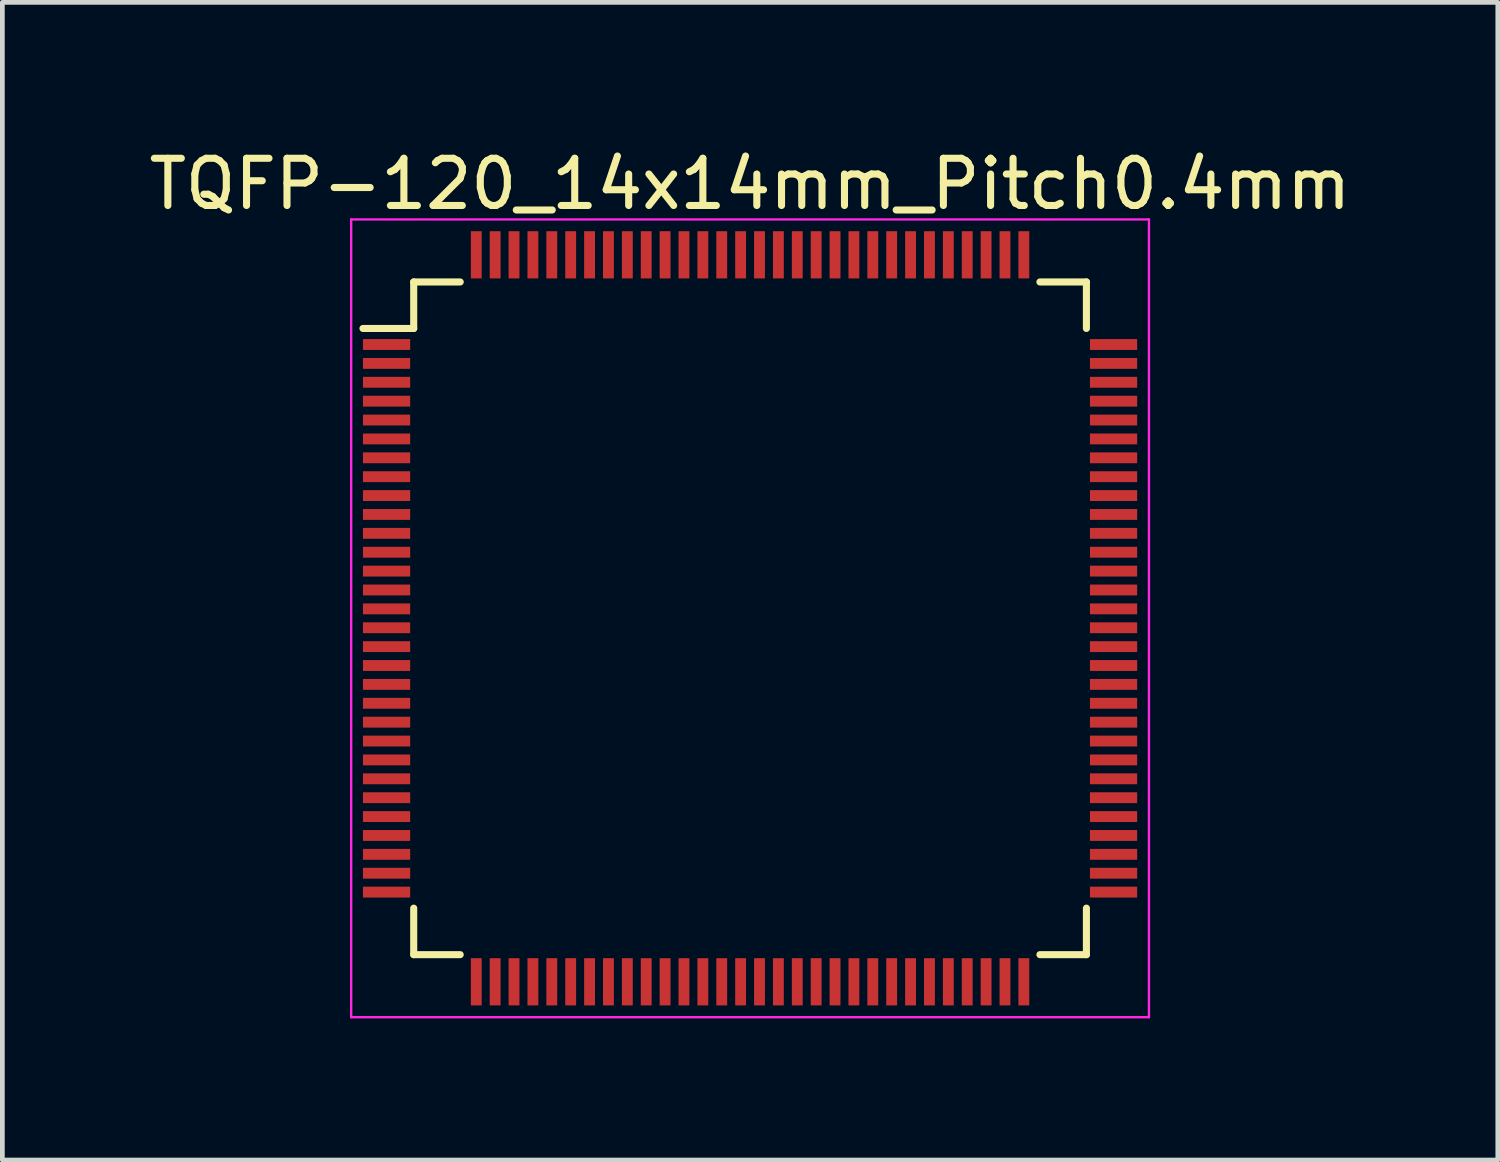
<source format=kicad_pcb>
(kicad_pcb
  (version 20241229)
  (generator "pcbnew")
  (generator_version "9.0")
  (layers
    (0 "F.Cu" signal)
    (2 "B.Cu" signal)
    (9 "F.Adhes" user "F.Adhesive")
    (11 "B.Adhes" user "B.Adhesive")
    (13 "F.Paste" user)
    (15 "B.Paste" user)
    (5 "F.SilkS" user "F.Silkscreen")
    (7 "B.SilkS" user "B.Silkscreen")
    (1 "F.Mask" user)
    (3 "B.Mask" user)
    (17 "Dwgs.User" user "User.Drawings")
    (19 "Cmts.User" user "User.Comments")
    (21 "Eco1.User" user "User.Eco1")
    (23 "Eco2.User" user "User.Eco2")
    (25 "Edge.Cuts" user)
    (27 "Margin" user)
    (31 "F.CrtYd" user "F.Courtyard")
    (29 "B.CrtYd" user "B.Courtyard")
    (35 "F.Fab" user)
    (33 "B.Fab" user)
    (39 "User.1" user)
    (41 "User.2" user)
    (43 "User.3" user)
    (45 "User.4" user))
  (footprint "TQFP-120_14x14mm_Pitch0.4mm"
    (layer "F.Cu")
    (at 12.839 10.048)
    (property "Reference" "TQFP-120_14x14mm_Pitch0.4mm" (at 0 -9.2 0) (layer "F.SilkS") (effects (font (size 1 1) (thickness 0.15))))
    (attr smd)
    (fp_line (start -7.125 -7.125) (end -7.125 -6.14) (stroke (width 0.15) (type solid)) (layer "F.SilkS"))
    (fp_line (start -7.125 -7.125) (end -6.14 -7.125) (stroke (width 0.15) (type solid)) (layer "F.SilkS"))
    (fp_line (start -7.125 -6.14) (end -8.2 -6.14) (stroke (width 0.15) (type solid)) (layer "F.SilkS"))
    (fp_line (start -7.125 7.125) (end -7.125 6.14) (stroke (width 0.15) (type solid)) (layer "F.SilkS"))
    (fp_line (start -7.125 7.125) (end -6.14 7.125) (stroke (width 0.15) (type solid)) (layer "F.SilkS"))
    (fp_line (start 7.125 -7.125) (end 6.14 -7.125) (stroke (width 0.15) (type solid)) (layer "F.SilkS"))
    (fp_line (start 7.125 -7.125) (end 7.125 -6.14) (stroke (width 0.15) (type solid)) (layer "F.SilkS"))
    (fp_line (start 7.125 7.125) (end 6.14 7.125) (stroke (width 0.15) (type solid)) (layer "F.SilkS"))
    (fp_line (start 7.125 7.125) (end 7.125 6.14) (stroke (width 0.15) (type solid)) (layer "F.SilkS"))
    (fp_line (start -8.45 -8.45) (end -8.45 8.45) (stroke (width 0.05) (type solid)) (layer "F.CrtYd"))
    (fp_line (start -8.45 -8.45) (end 8.45 -8.45) (stroke (width 0.05) (type solid)) (layer "F.CrtYd"))
    (fp_line (start -8.45 8.45) (end 8.45 8.45) (stroke (width 0.05) (type solid)) (layer "F.CrtYd"))
    (fp_line (start 8.45 -8.45) (end 8.45 8.45) (stroke (width 0.05) (type solid)) (layer "F.CrtYd"))
    (pad "1" smd rect (at -7.7 -5.8) (size 1 0.23) (layers "F.Cu" "F.Mask" "F.Paste"))
    (pad "2" smd rect (at -7.7 -5.4) (size 1 0.23) (layers "F.Cu" "F.Mask" "F.Paste"))
    (pad "3" smd rect (at -7.7 -5) (size 1 0.23) (layers "F.Cu" "F.Mask" "F.Paste"))
    (pad "4" smd rect (at -7.7 -4.6) (size 1 0.23) (layers "F.Cu" "F.Mask" "F.Paste"))
    (pad "5" smd rect (at -7.7 -4.2) (size 1 0.23) (layers "F.Cu" "F.Mask" "F.Paste"))
    (pad "6" smd rect (at -7.7 -3.8) (size 1 0.23) (layers "F.Cu" "F.Mask" "F.Paste"))
    (pad "7" smd rect (at -7.7 -3.4) (size 1 0.23) (layers "F.Cu" "F.Mask" "F.Paste"))
    (pad "8" smd rect (at -7.7 -3) (size 1 0.23) (layers "F.Cu" "F.Mask" "F.Paste"))
    (pad "9" smd rect (at -7.7 -2.6) (size 1 0.23) (layers "F.Cu" "F.Mask" "F.Paste"))
    (pad "10" smd rect (at -7.7 -2.2) (size 1 0.23) (layers "F.Cu" "F.Mask" "F.Paste"))
    (pad "11" smd rect (at -7.7 -1.8) (size 1 0.23) (layers "F.Cu" "F.Mask" "F.Paste"))
    (pad "12" smd rect (at -7.7 -1.4) (size 1 0.23) (layers "F.Cu" "F.Mask" "F.Paste"))
    (pad "13" smd rect (at -7.7 -1) (size 1 0.23) (layers "F.Cu" "F.Mask" "F.Paste"))
    (pad "14" smd rect (at -7.7 -0.6) (size 1 0.23) (layers "F.Cu" "F.Mask" "F.Paste"))
    (pad "15" smd rect (at -7.7 -0.2) (size 1 0.23) (layers "F.Cu" "F.Mask" "F.Paste"))
    (pad "16" smd rect (at -7.7 0.2) (size 1 0.23) (layers "F.Cu" "F.Mask" "F.Paste"))
    (pad "17" smd rect (at -7.7 0.6) (size 1 0.23) (layers "F.Cu" "F.Mask" "F.Paste"))
    (pad "18" smd rect (at -7.7 1) (size 1 0.23) (layers "F.Cu" "F.Mask" "F.Paste"))
    (pad "19" smd rect (at -7.7 1.4) (size 1 0.23) (layers "F.Cu" "F.Mask" "F.Paste"))
    (pad "20" smd rect (at -7.7 1.8) (size 1 0.23) (layers "F.Cu" "F.Mask" "F.Paste"))
    (pad "21" smd rect (at -7.7 2.2) (size 1 0.23) (layers "F.Cu" "F.Mask" "F.Paste"))
    (pad "22" smd rect (at -7.7 2.6) (size 1 0.23) (layers "F.Cu" "F.Mask" "F.Paste"))
    (pad "23" smd rect (at -7.7 3) (size 1 0.23) (layers "F.Cu" "F.Mask" "F.Paste"))
    (pad "24" smd rect (at -7.7 3.4) (size 1 0.23) (layers "F.Cu" "F.Mask" "F.Paste"))
    (pad "25" smd rect (at -7.7 3.8) (size 1 0.23) (layers "F.Cu" "F.Mask" "F.Paste"))
    (pad "26" smd rect (at -7.7 4.2) (size 1 0.23) (layers "F.Cu" "F.Mask" "F.Paste"))
    (pad "27" smd rect (at -7.7 4.6) (size 1 0.23) (layers "F.Cu" "F.Mask" "F.Paste"))
    (pad "28" smd rect (at -7.7 5) (size 1 0.23) (layers "F.Cu" "F.Mask" "F.Paste"))
    (pad "29" smd rect (at -7.7 5.4) (size 1 0.23) (layers "F.Cu" "F.Mask" "F.Paste"))
    (pad "30" smd rect (at -7.7 5.8) (size 1 0.23) (layers "F.Cu" "F.Mask" "F.Paste"))
    (pad "31" smd rect (at -5.8 7.7 90) (size 1 0.23) (layers "F.Cu" "F.Mask" "F.Paste"))
    (pad "32" smd rect (at -5.4 7.7 90) (size 1 0.23) (layers "F.Cu" "F.Mask" "F.Paste"))
    (pad "33" smd rect (at -5 7.7 90) (size 1 0.23) (layers "F.Cu" "F.Mask" "F.Paste"))
    (pad "34" smd rect (at -4.6 7.7 90) (size 1 0.23) (layers "F.Cu" "F.Mask" "F.Paste"))
    (pad "35" smd rect (at -4.2 7.7 90) (size 1 0.23) (layers "F.Cu" "F.Mask" "F.Paste"))
    (pad "36" smd rect (at -3.8 7.7 90) (size 1 0.23) (layers "F.Cu" "F.Mask" "F.Paste"))
    (pad "37" smd rect (at -3.4 7.7 90) (size 1 0.23) (layers "F.Cu" "F.Mask" "F.Paste"))
    (pad "38" smd rect (at -3 7.7 90) (size 1 0.23) (layers "F.Cu" "F.Mask" "F.Paste"))
    (pad "39" smd rect (at -2.6 7.7 90) (size 1 0.23) (layers "F.Cu" "F.Mask" "F.Paste"))
    (pad "40" smd rect (at -2.2 7.7 90) (size 1 0.23) (layers "F.Cu" "F.Mask" "F.Paste"))
    (pad "41" smd rect (at -1.8 7.7 90) (size 1 0.23) (layers "F.Cu" "F.Mask" "F.Paste"))
    (pad "42" smd rect (at -1.4 7.7 90) (size 1 0.23) (layers "F.Cu" "F.Mask" "F.Paste"))
    (pad "43" smd rect (at -1 7.7 90) (size 1 0.23) (layers "F.Cu" "F.Mask" "F.Paste"))
    (pad "44" smd rect (at -0.6 7.7 90) (size 1 0.23) (layers "F.Cu" "F.Mask" "F.Paste"))
    (pad "45" smd rect (at -0.2 7.7 90) (size 1 0.23) (layers "F.Cu" "F.Mask" "F.Paste"))
    (pad "46" smd rect (at 0.2 7.7 90) (size 1 0.23) (layers "F.Cu" "F.Mask" "F.Paste"))
    (pad "47" smd rect (at 0.6 7.7 90) (size 1 0.23) (layers "F.Cu" "F.Mask" "F.Paste"))
    (pad "48" smd rect (at 1 7.7 90) (size 1 0.23) (layers "F.Cu" "F.Mask" "F.Paste"))
    (pad "49" smd rect (at 1.4 7.7 90) (size 1 0.23) (layers "F.Cu" "F.Mask" "F.Paste"))
    (pad "50" smd rect (at 1.8 7.7 90) (size 1 0.23) (layers "F.Cu" "F.Mask" "F.Paste"))
    (pad "51" smd rect (at 2.2 7.7 90) (size 1 0.23) (layers "F.Cu" "F.Mask" "F.Paste"))
    (pad "52" smd rect (at 2.6 7.7 90) (size 1 0.23) (layers "F.Cu" "F.Mask" "F.Paste"))
    (pad "53" smd rect (at 3 7.7 90) (size 1 0.23) (layers "F.Cu" "F.Mask" "F.Paste"))
    (pad "54" smd rect (at 3.4 7.7 90) (size 1 0.23) (layers "F.Cu" "F.Mask" "F.Paste"))
    (pad "55" smd rect (at 3.8 7.7 90) (size 1 0.23) (layers "F.Cu" "F.Mask" "F.Paste"))
    (pad "56" smd rect (at 4.2 7.7 90) (size 1 0.23) (layers "F.Cu" "F.Mask" "F.Paste"))
    (pad "57" smd rect (at 4.6 7.7 90) (size 1 0.23) (layers "F.Cu" "F.Mask" "F.Paste"))
    (pad "58" smd rect (at 5 7.7 90) (size 1 0.23) (layers "F.Cu" "F.Mask" "F.Paste"))
    (pad "59" smd rect (at 5.4 7.7 90) (size 1 0.23) (layers "F.Cu" "F.Mask" "F.Paste"))
    (pad "60" smd rect (at 5.8 7.7 90) (size 1 0.23) (layers "F.Cu" "F.Mask" "F.Paste"))
    (pad "61" smd rect (at 7.7 5.8) (size 1 0.23) (layers "F.Cu" "F.Mask" "F.Paste"))
    (pad "62" smd rect (at 7.7 5.4) (size 1 0.23) (layers "F.Cu" "F.Mask" "F.Paste"))
    (pad "63" smd rect (at 7.7 5) (size 1 0.23) (layers "F.Cu" "F.Mask" "F.Paste"))
    (pad "64" smd rect (at 7.7 4.6) (size 1 0.23) (layers "F.Cu" "F.Mask" "F.Paste"))
    (pad "65" smd rect (at 7.7 4.2) (size 1 0.23) (layers "F.Cu" "F.Mask" "F.Paste"))
    (pad "66" smd rect (at 7.7 3.8) (size 1 0.23) (layers "F.Cu" "F.Mask" "F.Paste"))
    (pad "67" smd rect (at 7.7 3.4) (size 1 0.23) (layers "F.Cu" "F.Mask" "F.Paste"))
    (pad "68" smd rect (at 7.7 3) (size 1 0.23) (layers "F.Cu" "F.Mask" "F.Paste"))
    (pad "69" smd rect (at 7.7 2.6) (size 1 0.23) (layers "F.Cu" "F.Mask" "F.Paste"))
    (pad "70" smd rect (at 7.7 2.2) (size 1 0.23) (layers "F.Cu" "F.Mask" "F.Paste"))
    (pad "71" smd rect (at 7.7 1.8) (size 1 0.23) (layers "F.Cu" "F.Mask" "F.Paste"))
    (pad "72" smd rect (at 7.7 1.4) (size 1 0.23) (layers "F.Cu" "F.Mask" "F.Paste"))
    (pad "73" smd rect (at 7.7 1) (size 1 0.23) (layers "F.Cu" "F.Mask" "F.Paste"))
    (pad "74" smd rect (at 7.7 0.6) (size 1 0.23) (layers "F.Cu" "F.Mask" "F.Paste"))
    (pad "75" smd rect (at 7.7 0.2) (size 1 0.23) (layers "F.Cu" "F.Mask" "F.Paste"))
    (pad "76" smd rect (at 7.7 -0.2) (size 1 0.23) (layers "F.Cu" "F.Mask" "F.Paste"))
    (pad "77" smd rect (at 7.7 -0.6) (size 1 0.23) (layers "F.Cu" "F.Mask" "F.Paste"))
    (pad "78" smd rect (at 7.7 -1) (size 1 0.23) (layers "F.Cu" "F.Mask" "F.Paste"))
    (pad "79" smd rect (at 7.7 -1.4) (size 1 0.23) (layers "F.Cu" "F.Mask" "F.Paste"))
    (pad "80" smd rect (at 7.7 -1.8) (size 1 0.23) (layers "F.Cu" "F.Mask" "F.Paste"))
    (pad "81" smd rect (at 7.7 -2.2) (size 1 0.23) (layers "F.Cu" "F.Mask" "F.Paste"))
    (pad "82" smd rect (at 7.7 -2.6) (size 1 0.23) (layers "F.Cu" "F.Mask" "F.Paste"))
    (pad "83" smd rect (at 7.7 -3) (size 1 0.23) (layers "F.Cu" "F.Mask" "F.Paste"))
    (pad "84" smd rect (at 7.7 -3.4) (size 1 0.23) (layers "F.Cu" "F.Mask" "F.Paste"))
    (pad "85" smd rect (at 7.7 -3.8) (size 1 0.23) (layers "F.Cu" "F.Mask" "F.Paste"))
    (pad "86" smd rect (at 7.7 -4.2) (size 1 0.23) (layers "F.Cu" "F.Mask" "F.Paste"))
    (pad "87" smd rect (at 7.7 -4.6) (size 1 0.23) (layers "F.Cu" "F.Mask" "F.Paste"))
    (pad "88" smd rect (at 7.7 -5) (size 1 0.23) (layers "F.Cu" "F.Mask" "F.Paste"))
    (pad "89" smd rect (at 7.7 -5.4) (size 1 0.23) (layers "F.Cu" "F.Mask" "F.Paste"))
    (pad "90" smd rect (at 7.7 -5.8) (size 1 0.23) (layers "F.Cu" "F.Mask" "F.Paste"))
    (pad "91" smd rect (at 5.8 -7.7 90) (size 1 0.23) (layers "F.Cu" "F.Mask" "F.Paste"))
    (pad "92" smd rect (at 5.4 -7.7 90) (size 1 0.23) (layers "F.Cu" "F.Mask" "F.Paste"))
    (pad "93" smd rect (at 5 -7.7 90) (size 1 0.23) (layers "F.Cu" "F.Mask" "F.Paste"))
    (pad "94" smd rect (at 4.6 -7.7 90) (size 1 0.23) (layers "F.Cu" "F.Mask" "F.Paste"))
    (pad "95" smd rect (at 4.2 -7.7 90) (size 1 0.23) (layers "F.Cu" "F.Mask" "F.Paste"))
    (pad "96" smd rect (at 3.8 -7.7 90) (size 1 0.23) (layers "F.Cu" "F.Mask" "F.Paste"))
    (pad "97" smd rect (at 3.4 -7.7 90) (size 1 0.23) (layers "F.Cu" "F.Mask" "F.Paste"))
    (pad "98" smd rect (at 3 -7.7 90) (size 1 0.23) (layers "F.Cu" "F.Mask" "F.Paste"))
    (pad "99" smd rect (at 2.6 -7.7 90) (size 1 0.23) (layers "F.Cu" "F.Mask" "F.Paste"))
    (pad "100" smd rect (at 2.2 -7.7 90) (size 1 0.23) (layers "F.Cu" "F.Mask" "F.Paste"))
    (pad "101" smd rect (at 1.8 -7.7 90) (size 1 0.23) (layers "F.Cu" "F.Mask" "F.Paste"))
    (pad "102" smd rect (at 1.4 -7.7 90) (size 1 0.23) (layers "F.Cu" "F.Mask" "F.Paste"))
    (pad "103" smd rect (at 1 -7.7 90) (size 1 0.23) (layers "F.Cu" "F.Mask" "F.Paste"))
    (pad "104" smd rect (at 0.6 -7.7 90) (size 1 0.23) (layers "F.Cu" "F.Mask" "F.Paste"))
    (pad "105" smd rect (at 0.2 -7.7 90) (size 1 0.23) (layers "F.Cu" "F.Mask" "F.Paste"))
    (pad "106" smd rect (at -0.2 -7.7 90) (size 1 0.23) (layers "F.Cu" "F.Mask" "F.Paste"))
    (pad "107" smd rect (at -0.6 -7.7 90) (size 1 0.23) (layers "F.Cu" "F.Mask" "F.Paste"))
    (pad "108" smd rect (at -1 -7.7 90) (size 1 0.23) (layers "F.Cu" "F.Mask" "F.Paste"))
    (pad "109" smd rect (at -1.4 -7.7 90) (size 1 0.23) (layers "F.Cu" "F.Mask" "F.Paste"))
    (pad "110" smd rect (at -1.8 -7.7 90) (size 1 0.23) (layers "F.Cu" "F.Mask" "F.Paste"))
    (pad "111" smd rect (at -2.2 -7.7 90) (size 1 0.23) (layers "F.Cu" "F.Mask" "F.Paste"))
    (pad "112" smd rect (at -2.6 -7.7 90) (size 1 0.23) (layers "F.Cu" "F.Mask" "F.Paste"))
    (pad "113" smd rect (at -3 -7.7 90) (size 1 0.23) (layers "F.Cu" "F.Mask" "F.Paste"))
    (pad "114" smd rect (at -3.4 -7.7 90) (size 1 0.23) (layers "F.Cu" "F.Mask" "F.Paste"))
    (pad "115" smd rect (at -3.8 -7.7 90) (size 1 0.23) (layers "F.Cu" "F.Mask" "F.Paste"))
    (pad "116" smd rect (at -4.2 -7.7 90) (size 1 0.23) (layers "F.Cu" "F.Mask" "F.Paste"))
    (pad "117" smd rect (at -4.6 -7.7 90) (size 1 0.23) (layers "F.Cu" "F.Mask" "F.Paste"))
    (pad "118" smd rect (at -5 -7.7 90) (size 1 0.23) (layers "F.Cu" "F.Mask" "F.Paste"))
    (pad "119" smd rect (at -5.4 -7.7 90) (size 1 0.23) (layers "F.Cu" "F.Mask" "F.Paste"))
    (pad "120" smd rect (at -5.8 -7.7 90) (size 1 0.23) (layers "F.Cu" "F.Mask" "F.Paste")))
  (gr_rect
    (start -3 -3)
    (end 28.679 21.523)
    (stroke (width 0.1) (type default))
    (fill no)
    (layer "Edge.Cuts")))
</source>
